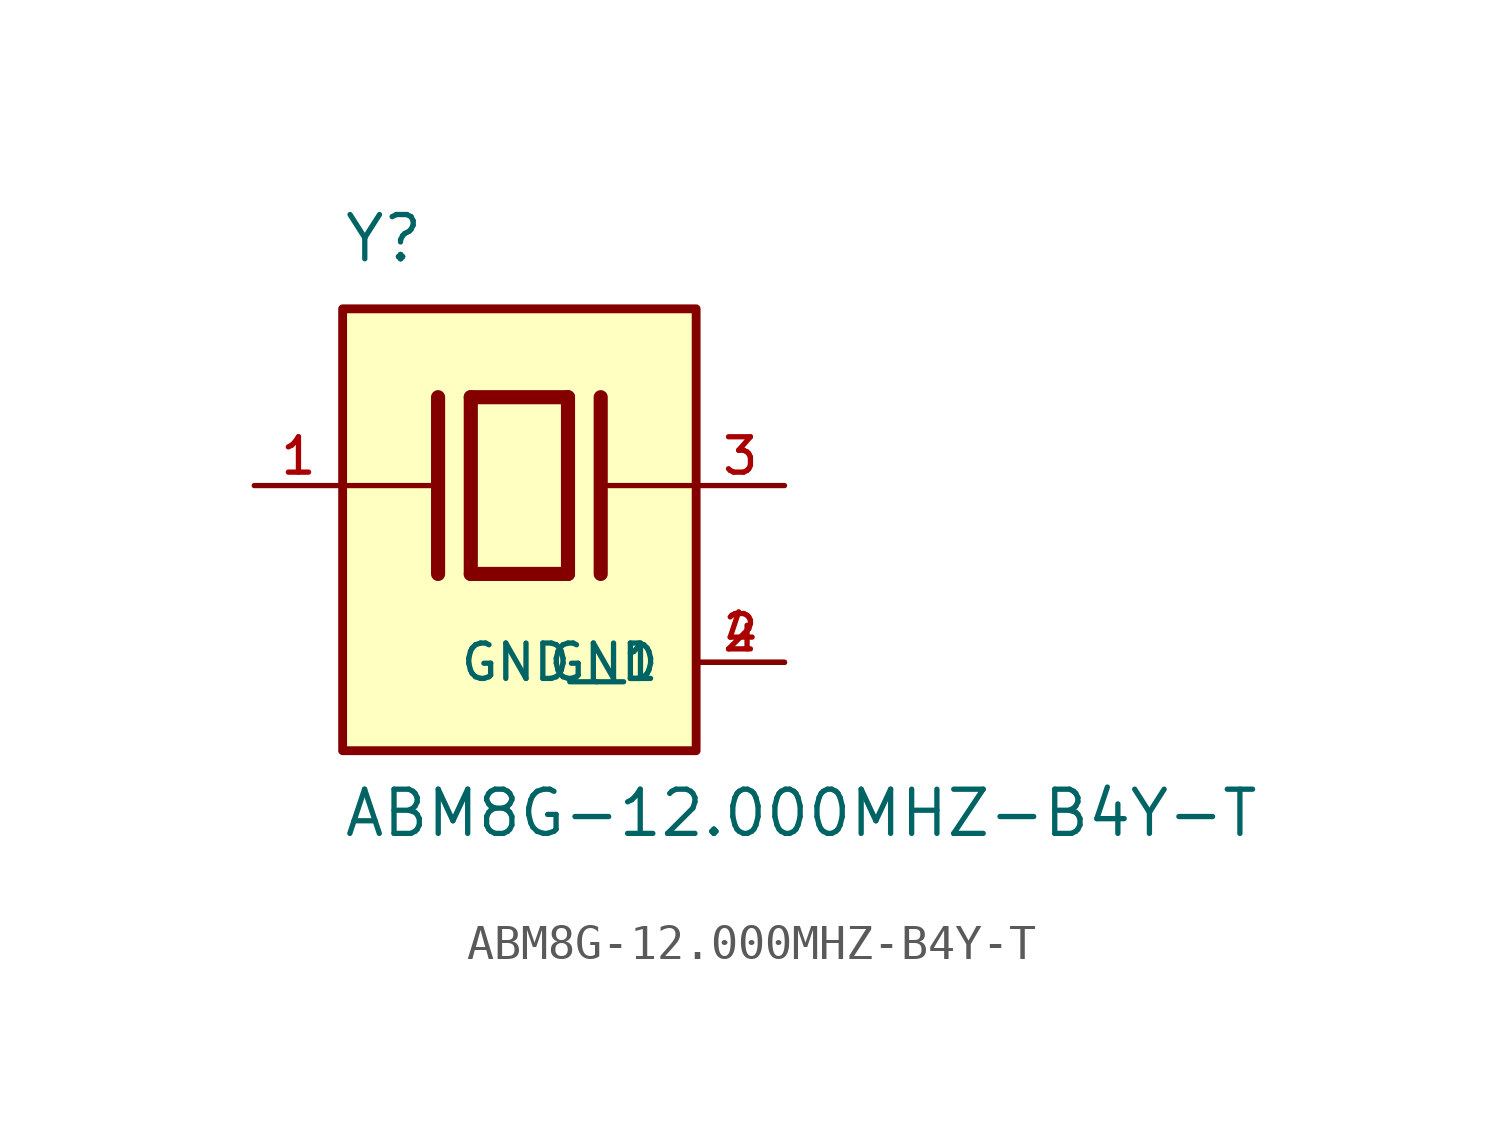
<source format=kicad_sym>
(kicad_symbol_lib
  (version 20211014)
  (generator kicad_symbol_editor)
  (symbol "ABM8G-12.000MHZ-B4Y-T"
    (pin_names
      (offset 1.016))
    (property "Reference" "Y"
      (at -5.088 6.356 0)
      (effects (font (size 1.27 1.27)) (justify bottom left)))
    (property "Value" "ABM8G-12.000MHZ-B4Y-T"
      (at -5.094 -10.16 0)
      (effects (font (size 1.27 1.27)) (justify bottom left)))
    (symbol "ABM8G-12.000MHZ-B4Y-T_0_0"
      (polyline (pts (xy -1.397 2.54) (xy 1.397 2.54)) (stroke (width 0.406)))
      (polyline (pts (xy 1.397 2.54) (xy 1.397 -2.54)) (stroke (width 0.406)))
      (polyline (pts (xy 1.397 -2.54) (xy -1.397 -2.54)) (stroke (width 0.406)))
      (polyline (pts (xy -1.397 2.54) (xy -1.397 -2.54)) (stroke (width 0.406)))
      (polyline (pts (xy 2.337 2.54) (xy 2.337 -2.54)) (stroke (width 0.406)))
      (polyline (pts (xy -2.337 2.54) (xy -2.337 -2.54)) (stroke (width 0.406)))
      (polyline (pts (xy -5.08 0.0) (xy -2.54 0.0)) (stroke (width 0.152)))
      (polyline (pts (xy 2.54 0.0) (xy 5.08 0.0)) (stroke (width 0.152)))
      (rectangle (start -5.08 -7.62) (end 5.08 5.08) (stroke (width 0.254)) (fill (type background)))
      (pin passive line (at 7.62 0.0 180.0) (length 2.54) (name "~" (effects (font (size 1.016 1.016)))) (number "3" (effects (font (size 1.016 1.016)))))
      (pin passive line (at -7.62 0.0 0) (length 2.54) (name "~" (effects (font (size 1.016 1.016)))) (number "1" (effects (font (size 1.016 1.016)))))
      (pin power_in line (at 7.62 -5.08 180.0) (length 2.54) (name "GND" (effects (font (size 1.016 1.016)))) (number "2" (effects (font (size 1.016 1.016)))))
      (pin power_in line (at 7.62 -5.08 180.0) (length 2.54) (name "GND__1" (effects (font (size 1.016 1.016)))) (number "4" (effects (font (size 1.016 1.016))))))))
</source>
